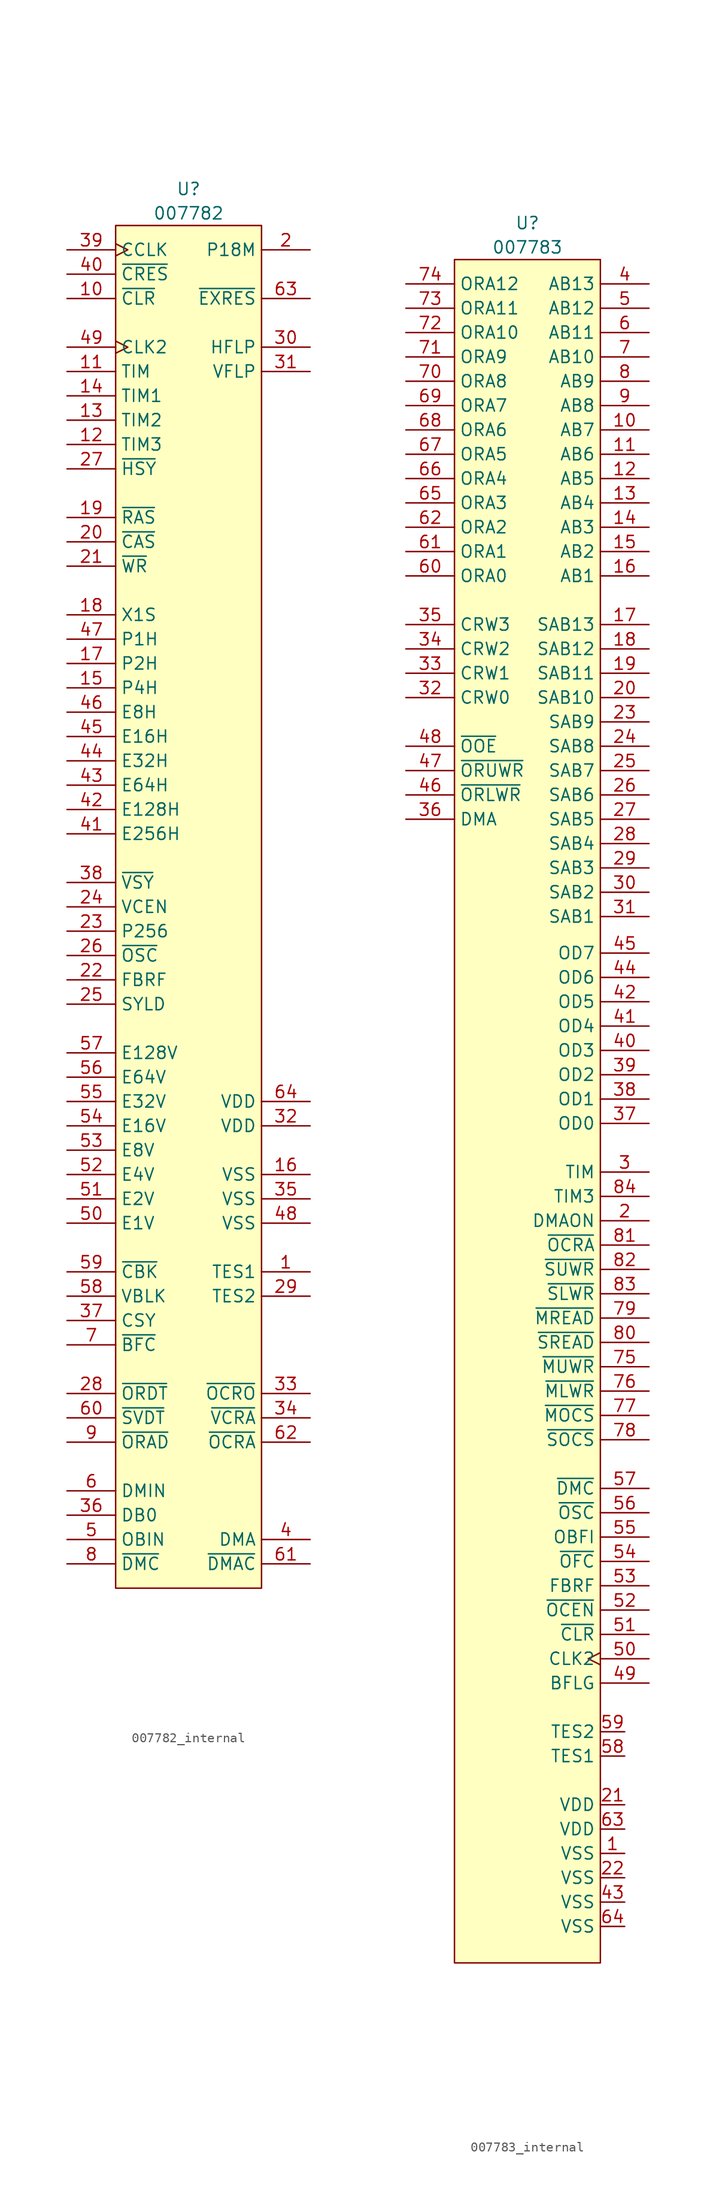
<source format=kicad_sym>
(kicad_symbol_lib
  (version 20231120)
  (generator "kicad_symbol_editor")
  (generator_version "8.0")
  (symbol "007782_internal"
    (property "Reference" "U"
      (at 0 74.93 0)
      (effects (font (size 1.27 1.27))))
    (property "Value" "007782"
      (at 0 72.39 0)
      (effects (font (size 1.27 1.27))))
    (symbol "007782_internal_0_1"
      (rectangle (start -7.62 71.12) (end 7.62 -71.12) (stroke (width 0) (type default)) (fill (type background))))
    (symbol "007782_internal_1_1"
      (pin output line (at 12.7 -38.1 180) (length 5.08) (name "TES1" (effects (font (size 1.27 1.27)))) (number "1" (effects (font (size 1.27 1.27)))))
      (pin input line (at -12.7 63.5 0) (length 5.08) (name "~{CLR}" (effects (font (size 1.27 1.27)))) (number "10" (effects (font (size 1.27 1.27)))))
      (pin input line (at -12.7 55.88 0) (length 5.08) (name "TIM" (effects (font (size 1.27 1.27)))) (number "11" (effects (font (size 1.27 1.27)))))
      (pin input line (at -12.7 48.26 0) (length 5.08) (name "TIM3" (effects (font (size 1.27 1.27)))) (number "12" (effects (font (size 1.27 1.27)))))
      (pin input line (at -12.7 50.8 0) (length 5.08) (name "TIM2" (effects (font (size 1.27 1.27)))) (number "13" (effects (font (size 1.27 1.27)))))
      (pin input line (at -12.7 53.34 0) (length 5.08) (name "TIM1" (effects (font (size 1.27 1.27)))) (number "14" (effects (font (size 1.27 1.27)))))
      (pin input line (at -12.7 22.86 0) (length 5.08) (name "P4H" (effects (font (size 1.27 1.27)))) (number "15" (effects (font (size 1.27 1.27)))))
      (pin power_out line (at 12.7 -27.94 180) (length 5.08) (name "VSS" (effects (font (size 1.27 1.27)))) (number "16" (effects (font (size 1.27 1.27)))))
      (pin input line (at -12.7 25.4 0) (length 5.08) (name "P2H" (effects (font (size 1.27 1.27)))) (number "17" (effects (font (size 1.27 1.27)))))
      (pin input line (at -12.7 30.48 0) (length 5.08) (name "X1S" (effects (font (size 1.27 1.27)))) (number "18" (effects (font (size 1.27 1.27)))))
      (pin input line (at -12.7 40.64 0) (length 5.08) (name "~{RAS}" (effects (font (size 1.27 1.27)))) (number "19" (effects (font (size 1.27 1.27)))))
      (pin output line (at 12.7 68.58 180) (length 5.08) (name "P18M" (effects (font (size 1.27 1.27)))) (number "2" (effects (font (size 1.27 1.27)))))
      (pin input line (at -12.7 38.1 0) (length 5.08) (name "~{CAS}" (effects (font (size 1.27 1.27)))) (number "20" (effects (font (size 1.27 1.27)))))
      (pin input line (at -12.7 35.56 0) (length 5.08) (name "~{WR}" (effects (font (size 1.27 1.27)))) (number "21" (effects (font (size 1.27 1.27)))))
      (pin input line (at -12.7 -7.62 0) (length 5.08) (name "FBRF" (effects (font (size 1.27 1.27)))) (number "22" (effects (font (size 1.27 1.27)))))
      (pin input line (at -12.7 -2.54 0) (length 5.08) (name "P256" (effects (font (size 1.27 1.27)))) (number "23" (effects (font (size 1.27 1.27)))))
      (pin input line (at -12.7 0 0) (length 5.08) (name "VCEN" (effects (font (size 1.27 1.27)))) (number "24" (effects (font (size 1.27 1.27)))))
      (pin input line (at -12.7 -10.16 0) (length 5.08) (name "SYLD" (effects (font (size 1.27 1.27)))) (number "25" (effects (font (size 1.27 1.27)))))
      (pin input line (at -12.7 -5.08 0) (length 5.08) (name "~{OSC}" (effects (font (size 1.27 1.27)))) (number "26" (effects (font (size 1.27 1.27)))))
      (pin input line (at -12.7 45.72 0) (length 5.08) (name "~{HSY}" (effects (font (size 1.27 1.27)))) (number "27" (effects (font (size 1.27 1.27)))))
      (pin input line (at -12.7 -50.8 0) (length 5.08) (name "~{ORDT}" (effects (font (size 1.27 1.27)))) (number "28" (effects (font (size 1.27 1.27)))))
      (pin output line (at 12.7 -40.64 180) (length 5.08) (name "TES2" (effects (font (size 1.27 1.27)))) (number "29" (effects (font (size 1.27 1.27)))))
      (pin output line (at 12.7 58.42 180) (length 5.08) (name "HFLP" (effects (font (size 1.27 1.27)))) (number "30" (effects (font (size 1.27 1.27)))))
      (pin output line (at 12.7 55.88 180) (length 5.08) (name "VFLP" (effects (font (size 1.27 1.27)))) (number "31" (effects (font (size 1.27 1.27)))))
      (pin power_out line (at 12.7 -22.86 180) (length 5.08) (name "VDD" (effects (font (size 1.27 1.27)))) (number "32" (effects (font (size 1.27 1.27)))))
      (pin output line (at 12.7 -50.8 180) (length 5.08) (name "~{OCRO}" (effects (font (size 1.27 1.27)))) (number "33" (effects (font (size 1.27 1.27)))))
      (pin output line (at 12.7 -53.34 180) (length 5.08) (name "~{VCRA}" (effects (font (size 1.27 1.27)))) (number "34" (effects (font (size 1.27 1.27)))))
      (pin power_out line (at 12.7 -30.48 180) (length 5.08) (name "VSS" (effects (font (size 1.27 1.27)))) (number "35" (effects (font (size 1.27 1.27)))))
      (pin input line (at -12.7 -63.5 0) (length 5.08) (name "DB0" (effects (font (size 1.27 1.27)))) (number "36" (effects (font (size 1.27 1.27)))))
      (pin input line (at -12.7 -43.18 0) (length 5.08) (name "CSY" (effects (font (size 1.27 1.27)))) (number "37" (effects (font (size 1.27 1.27)))))
      (pin input line (at -12.7 2.54 0) (length 5.08) (name "~{VSY}" (effects (font (size 1.27 1.27)))) (number "38" (effects (font (size 1.27 1.27)))))
      (pin input clock (at -12.7 68.58 0) (length 5.08) (name "CCLK" (effects (font (size 1.27 1.27)))) (number "39" (effects (font (size 1.27 1.27)))))
      (pin output line (at 12.7 -66.04 180) (length 5.08) (name "DMA" (effects (font (size 1.27 1.27)))) (number "4" (effects (font (size 1.27 1.27)))))
      (pin input line (at -12.7 66.04 0) (length 5.08) (name "~{CRES}" (effects (font (size 1.27 1.27)))) (number "40" (effects (font (size 1.27 1.27)))))
      (pin input line (at -12.7 7.62 0) (length 5.08) (name "E256H" (effects (font (size 1.27 1.27)))) (number "41" (effects (font (size 1.27 1.27)))))
      (pin input line (at -12.7 10.16 0) (length 5.08) (name "E128H" (effects (font (size 1.27 1.27)))) (number "42" (effects (font (size 1.27 1.27)))))
      (pin input line (at -12.7 12.7 0) (length 5.08) (name "E64H" (effects (font (size 1.27 1.27)))) (number "43" (effects (font (size 1.27 1.27)))))
      (pin input line (at -12.7 15.24 0) (length 5.08) (name "E32H" (effects (font (size 1.27 1.27)))) (number "44" (effects (font (size 1.27 1.27)))))
      (pin input line (at -12.7 17.78 0) (length 5.08) (name "E16H" (effects (font (size 1.27 1.27)))) (number "45" (effects (font (size 1.27 1.27)))))
      (pin input line (at -12.7 20.32 0) (length 5.08) (name "E8H" (effects (font (size 1.27 1.27)))) (number "46" (effects (font (size 1.27 1.27)))))
      (pin input line (at -12.7 27.94 0) (length 5.08) (name "P1H" (effects (font (size 1.27 1.27)))) (number "47" (effects (font (size 1.27 1.27)))))
      (pin power_out line (at 12.7 -33.02 180) (length 5.08) (name "VSS" (effects (font (size 1.27 1.27)))) (number "48" (effects (font (size 1.27 1.27)))))
      (pin input clock (at -12.7 58.42 0) (length 5.08) (name "CLK2" (effects (font (size 1.27 1.27)))) (number "49" (effects (font (size 1.27 1.27)))))
      (pin input line (at -12.7 -66.04 0) (length 5.08) (name "OBIN" (effects (font (size 1.27 1.27)))) (number "5" (effects (font (size 1.27 1.27)))))
      (pin input line (at -12.7 -33.02 0) (length 5.08) (name "E1V" (effects (font (size 1.27 1.27)))) (number "50" (effects (font (size 1.27 1.27)))))
      (pin input line (at -12.7 -30.48 0) (length 5.08) (name "E2V" (effects (font (size 1.27 1.27)))) (number "51" (effects (font (size 1.27 1.27)))))
      (pin input line (at -12.7 -27.94 0) (length 5.08) (name "E4V" (effects (font (size 1.27 1.27)))) (number "52" (effects (font (size 1.27 1.27)))))
      (pin input line (at -12.7 -25.4 0) (length 5.08) (name "E8V" (effects (font (size 1.27 1.27)))) (number "53" (effects (font (size 1.27 1.27)))))
      (pin input line (at -12.7 -22.86 0) (length 5.08) (name "E16V" (effects (font (size 1.27 1.27)))) (number "54" (effects (font (size 1.27 1.27)))))
      (pin input line (at -12.7 -20.32 0) (length 5.08) (name "E32V" (effects (font (size 1.27 1.27)))) (number "55" (effects (font (size 1.27 1.27)))))
      (pin input line (at -12.7 -17.78 0) (length 5.08) (name "E64V" (effects (font (size 1.27 1.27)))) (number "56" (effects (font (size 1.27 1.27)))))
      (pin input line (at -12.7 -15.24 0) (length 5.08) (name "E128V" (effects (font (size 1.27 1.27)))) (number "57" (effects (font (size 1.27 1.27)))))
      (pin input line (at -12.7 -40.64 0) (length 5.08) (name "VBLK" (effects (font (size 1.27 1.27)))) (number "58" (effects (font (size 1.27 1.27)))))
      (pin input line (at -12.7 -38.1 0) (length 5.08) (name "~{CBK}" (effects (font (size 1.27 1.27)))) (number "59" (effects (font (size 1.27 1.27)))))
      (pin input line (at -12.7 -60.96 0) (length 5.08) (name "DMIN" (effects (font (size 1.27 1.27)))) (number "6" (effects (font (size 1.27 1.27)))))
      (pin input line (at -12.7 -53.34 0) (length 5.08) (name "~{SVDT}" (effects (font (size 1.27 1.27)))) (number "60" (effects (font (size 1.27 1.27)))))
      (pin output line (at 12.7 -68.58 180) (length 5.08) (name "~{DMAC}" (effects (font (size 1.27 1.27)))) (number "61" (effects (font (size 1.27 1.27)))))
      (pin output line (at 12.7 -55.88 180) (length 5.08) (name "~{OCRA}" (effects (font (size 1.27 1.27)))) (number "62" (effects (font (size 1.27 1.27)))))
      (pin output line (at 12.7 63.5 180) (length 5.08) (name "~{EXRES}" (effects (font (size 1.27 1.27)))) (number "63" (effects (font (size 1.27 1.27)))))
      (pin power_out line (at 12.7 -20.32 180) (length 5.08) (name "VDD" (effects (font (size 1.27 1.27)))) (number "64" (effects (font (size 1.27 1.27)))))
      (pin input line (at -12.7 -45.72 0) (length 5.08) (name "~{BFC}" (effects (font (size 1.27 1.27)))) (number "7" (effects (font (size 1.27 1.27)))))
      (pin input line (at -12.7 -68.58 0) (length 5.08) (name "~{DMC}" (effects (font (size 1.27 1.27)))) (number "8" (effects (font (size 1.27 1.27)))))
      (pin input line (at -12.7 -55.88 0) (length 5.08) (name "~{ORAD}" (effects (font (size 1.27 1.27)))) (number "9" (effects (font (size 1.27 1.27)))))))
  (symbol "007783_internal"
    (property "Reference" "U"
      (at 0 92.71 0)
      (effects (font (size 1.27 1.27))))
    (property "Value" "007783"
      (at 0 90.17 0)
      (effects (font (size 1.27 1.27))))
    (symbol "007783_internal_0_1"
      (rectangle (start -7.62 88.9) (end 7.62 -88.9) (stroke (width 0) (type default)) (fill (type background))))
    (symbol "007783_internal_1_1"
      (pin power_out line (at 10.16 -77.47 180) (length 2.54) (name "VSS" (effects (font (size 1.27 1.27)))) (number "1" (effects (font (size 1.27 1.27)))))
      (pin output line (at 12.7 71.12 180) (length 5.08) (name "AB7" (effects (font (size 1.27 1.27)))) (number "10" (effects (font (size 1.27 1.27)))))
      (pin output line (at 12.7 68.58 180) (length 5.08) (name "AB6" (effects (font (size 1.27 1.27)))) (number "11" (effects (font (size 1.27 1.27)))))
      (pin output line (at 12.7 66.04 180) (length 5.08) (name "AB5" (effects (font (size 1.27 1.27)))) (number "12" (effects (font (size 1.27 1.27)))))
      (pin output line (at 12.7 63.5 180) (length 5.08) (name "AB4" (effects (font (size 1.27 1.27)))) (number "13" (effects (font (size 1.27 1.27)))))
      (pin output line (at 12.7 60.96 180) (length 5.08) (name "AB3" (effects (font (size 1.27 1.27)))) (number "14" (effects (font (size 1.27 1.27)))))
      (pin output line (at 12.7 58.42 180) (length 5.08) (name "AB2" (effects (font (size 1.27 1.27)))) (number "15" (effects (font (size 1.27 1.27)))))
      (pin output line (at 12.7 55.88 180) (length 5.08) (name "AB1" (effects (font (size 1.27 1.27)))) (number "16" (effects (font (size 1.27 1.27)))))
      (pin output line (at 12.7 50.8 180) (length 5.08) (name "SAB13" (effects (font (size 1.27 1.27)))) (number "17" (effects (font (size 1.27 1.27)))))
      (pin output line (at 12.7 48.26 180) (length 5.08) (name "SAB12" (effects (font (size 1.27 1.27)))) (number "18" (effects (font (size 1.27 1.27)))))
      (pin output line (at 12.7 45.72 180) (length 5.08) (name "SAB11" (effects (font (size 1.27 1.27)))) (number "19" (effects (font (size 1.27 1.27)))))
      (pin output line (at 12.7 -11.43 180) (length 5.08) (name "DMAON" (effects (font (size 1.27 1.27)))) (number "2" (effects (font (size 1.27 1.27)))))
      (pin output line (at 12.7 43.18 180) (length 5.08) (name "SAB10" (effects (font (size 1.27 1.27)))) (number "20" (effects (font (size 1.27 1.27)))))
      (pin power_out line (at 10.16 -72.39 180) (length 2.54) (name "VDD" (effects (font (size 1.27 1.27)))) (number "21" (effects (font (size 1.27 1.27)))))
      (pin power_out line (at 10.16 -80.01 180) (length 2.54) (name "VSS" (effects (font (size 1.27 1.27)))) (number "22" (effects (font (size 1.27 1.27)))))
      (pin output line (at 12.7 40.64 180) (length 5.08) (name "SAB9" (effects (font (size 1.27 1.27)))) (number "23" (effects (font (size 1.27 1.27)))))
      (pin output line (at 12.7 38.1 180) (length 5.08) (name "SAB8" (effects (font (size 1.27 1.27)))) (number "24" (effects (font (size 1.27 1.27)))))
      (pin output line (at 12.7 35.56 180) (length 5.08) (name "SAB7" (effects (font (size 1.27 1.27)))) (number "25" (effects (font (size 1.27 1.27)))))
      (pin output line (at 12.7 33.02 180) (length 5.08) (name "SAB6" (effects (font (size 1.27 1.27)))) (number "26" (effects (font (size 1.27 1.27)))))
      (pin output line (at 12.7 30.48 180) (length 5.08) (name "SAB5" (effects (font (size 1.27 1.27)))) (number "27" (effects (font (size 1.27 1.27)))))
      (pin output line (at 12.7 27.94 180) (length 5.08) (name "SAB4" (effects (font (size 1.27 1.27)))) (number "28" (effects (font (size 1.27 1.27)))))
      (pin output line (at 12.7 25.4 180) (length 5.08) (name "SAB3" (effects (font (size 1.27 1.27)))) (number "29" (effects (font (size 1.27 1.27)))))
      (pin output line (at 12.7 -6.35 180) (length 5.08) (name "TIM" (effects (font (size 1.27 1.27)))) (number "3" (effects (font (size 1.27 1.27)))))
      (pin output line (at 12.7 22.86 180) (length 5.08) (name "SAB2" (effects (font (size 1.27 1.27)))) (number "30" (effects (font (size 1.27 1.27)))))
      (pin output line (at 12.7 20.32 180) (length 5.08) (name "SAB1" (effects (font (size 1.27 1.27)))) (number "31" (effects (font (size 1.27 1.27)))))
      (pin input line (at -12.7 43.18 0) (length 5.08) (name "CRW0" (effects (font (size 1.27 1.27)))) (number "32" (effects (font (size 1.27 1.27)))))
      (pin input line (at -12.7 45.72 0) (length 5.08) (name "CRW1" (effects (font (size 1.27 1.27)))) (number "33" (effects (font (size 1.27 1.27)))))
      (pin input line (at -12.7 48.26 0) (length 5.08) (name "CRW2" (effects (font (size 1.27 1.27)))) (number "34" (effects (font (size 1.27 1.27)))))
      (pin input line (at -12.7 50.8 0) (length 5.08) (name "CRW3" (effects (font (size 1.27 1.27)))) (number "35" (effects (font (size 1.27 1.27)))))
      (pin input line (at -12.7 30.48 0) (length 5.08) (name "DMA" (effects (font (size 1.27 1.27)))) (number "36" (effects (font (size 1.27 1.27)))))
      (pin output line (at 12.7 -1.27 180) (length 5.08) (name "OD0" (effects (font (size 1.27 1.27)))) (number "37" (effects (font (size 1.27 1.27)))))
      (pin output line (at 12.7 1.27 180) (length 5.08) (name "OD1" (effects (font (size 1.27 1.27)))) (number "38" (effects (font (size 1.27 1.27)))))
      (pin output line (at 12.7 3.81 180) (length 5.08) (name "OD2" (effects (font (size 1.27 1.27)))) (number "39" (effects (font (size 1.27 1.27)))))
      (pin output line (at 12.7 86.36 180) (length 5.08) (name "AB13" (effects (font (size 1.27 1.27)))) (number "4" (effects (font (size 1.27 1.27)))))
      (pin output line (at 12.7 6.35 180) (length 5.08) (name "OD3" (effects (font (size 1.27 1.27)))) (number "40" (effects (font (size 1.27 1.27)))))
      (pin output line (at 12.7 8.89 180) (length 5.08) (name "OD4" (effects (font (size 1.27 1.27)))) (number "41" (effects (font (size 1.27 1.27)))))
      (pin output line (at 12.7 11.43 180) (length 5.08) (name "OD5" (effects (font (size 1.27 1.27)))) (number "42" (effects (font (size 1.27 1.27)))))
      (pin power_out line (at 10.16 -82.55 180) (length 2.54) (name "VSS" (effects (font (size 1.27 1.27)))) (number "43" (effects (font (size 1.27 1.27)))))
      (pin output line (at 12.7 13.97 180) (length 5.08) (name "OD6" (effects (font (size 1.27 1.27)))) (number "44" (effects (font (size 1.27 1.27)))))
      (pin output line (at 12.7 16.51 180) (length 5.08) (name "OD7" (effects (font (size 1.27 1.27)))) (number "45" (effects (font (size 1.27 1.27)))))
      (pin input line (at -12.7 33.02 0) (length 5.08) (name "~{ORLWR}" (effects (font (size 1.27 1.27)))) (number "46" (effects (font (size 1.27 1.27)))))
      (pin input line (at -12.7 35.56 0) (length 5.08) (name "~{ORUWR}" (effects (font (size 1.27 1.27)))) (number "47" (effects (font (size 1.27 1.27)))))
      (pin input line (at -12.7 38.1 0) (length 5.08) (name "~{OOE}" (effects (font (size 1.27 1.27)))) (number "48" (effects (font (size 1.27 1.27)))))
      (pin output line (at 12.7 -59.69 180) (length 5.08) (name "BFLG" (effects (font (size 1.27 1.27)))) (number "49" (effects (font (size 1.27 1.27)))))
      (pin output line (at 12.7 83.82 180) (length 5.08) (name "AB12" (effects (font (size 1.27 1.27)))) (number "5" (effects (font (size 1.27 1.27)))))
      (pin output clock (at 12.7 -57.15 180) (length 5.08) (name "CLK2" (effects (font (size 1.27 1.27)))) (number "50" (effects (font (size 1.27 1.27)))))
      (pin output line (at 12.7 -54.61 180) (length 5.08) (name "~{CLR}" (effects (font (size 1.27 1.27)))) (number "51" (effects (font (size 1.27 1.27)))))
      (pin output line (at 12.7 -52.07 180) (length 5.08) (name "~{OCEN}" (effects (font (size 1.27 1.27)))) (number "52" (effects (font (size 1.27 1.27)))))
      (pin output line (at 12.7 -49.53 180) (length 5.08) (name "FBRF" (effects (font (size 1.27 1.27)))) (number "53" (effects (font (size 1.27 1.27)))))
      (pin output line (at 12.7 -46.99 180) (length 5.08) (name "~{OFC}" (effects (font (size 1.27 1.27)))) (number "54" (effects (font (size 1.27 1.27)))))
      (pin output line (at 12.7 -44.45 180) (length 5.08) (name "OBFI" (effects (font (size 1.27 1.27)))) (number "55" (effects (font (size 1.27 1.27)))))
      (pin output line (at 12.7 -41.91 180) (length 5.08) (name "~{OSC}" (effects (font (size 1.27 1.27)))) (number "56" (effects (font (size 1.27 1.27)))))
      (pin output line (at 12.7 -39.37 180) (length 5.08) (name "~{DMC}" (effects (font (size 1.27 1.27)))) (number "57" (effects (font (size 1.27 1.27)))))
      (pin output line (at 10.16 -67.31 180) (length 2.54) (name "TES1" (effects (font (size 1.27 1.27)))) (number "58" (effects (font (size 1.27 1.27)))))
      (pin output line (at 10.16 -64.77 180) (length 2.54) (name "TES2" (effects (font (size 1.27 1.27)))) (number "59" (effects (font (size 1.27 1.27)))))
      (pin output line (at 12.7 81.28 180) (length 5.08) (name "AB11" (effects (font (size 1.27 1.27)))) (number "6" (effects (font (size 1.27 1.27)))))
      (pin input line (at -12.7 55.88 0) (length 5.08) (name "ORA0" (effects (font (size 1.27 1.27)))) (number "60" (effects (font (size 1.27 1.27)))))
      (pin input line (at -12.7 58.42 0) (length 5.08) (name "ORA1" (effects (font (size 1.27 1.27)))) (number "61" (effects (font (size 1.27 1.27)))))
      (pin input line (at -12.7 60.96 0) (length 5.08) (name "ORA2" (effects (font (size 1.27 1.27)))) (number "62" (effects (font (size 1.27 1.27)))))
      (pin power_out line (at 10.16 -74.93 180) (length 2.54) (name "VDD" (effects (font (size 1.27 1.27)))) (number "63" (effects (font (size 1.27 1.27)))))
      (pin power_out line (at 10.16 -85.09 180) (length 2.54) (name "VSS" (effects (font (size 1.27 1.27)))) (number "64" (effects (font (size 1.27 1.27)))))
      (pin input line (at -12.7 63.5 0) (length 5.08) (name "ORA3" (effects (font (size 1.27 1.27)))) (number "65" (effects (font (size 1.27 1.27)))))
      (pin input line (at -12.7 66.04 0) (length 5.08) (name "ORA4" (effects (font (size 1.27 1.27)))) (number "66" (effects (font (size 1.27 1.27)))))
      (pin input line (at -12.7 68.58 0) (length 5.08) (name "ORA5" (effects (font (size 1.27 1.27)))) (number "67" (effects (font (size 1.27 1.27)))))
      (pin input line (at -12.7 71.12 0) (length 5.08) (name "ORA6" (effects (font (size 1.27 1.27)))) (number "68" (effects (font (size 1.27 1.27)))))
      (pin input line (at -12.7 73.66 0) (length 5.08) (name "ORA7" (effects (font (size 1.27 1.27)))) (number "69" (effects (font (size 1.27 1.27)))))
      (pin output line (at 12.7 78.74 180) (length 5.08) (name "AB10" (effects (font (size 1.27 1.27)))) (number "7" (effects (font (size 1.27 1.27)))))
      (pin input line (at -12.7 76.2 0) (length 5.08) (name "ORA8" (effects (font (size 1.27 1.27)))) (number "70" (effects (font (size 1.27 1.27)))))
      (pin input line (at -12.7 78.74 0) (length 5.08) (name "ORA9" (effects (font (size 1.27 1.27)))) (number "71" (effects (font (size 1.27 1.27)))))
      (pin input line (at -12.7 81.28 0) (length 5.08) (name "ORA10" (effects (font (size 1.27 1.27)))) (number "72" (effects (font (size 1.27 1.27)))))
      (pin input line (at -12.7 83.82 0) (length 5.08) (name "ORA11" (effects (font (size 1.27 1.27)))) (number "73" (effects (font (size 1.27 1.27)))))
      (pin input line (at -12.7 86.36 0) (length 5.08) (name "ORA12" (effects (font (size 1.27 1.27)))) (number "74" (effects (font (size 1.27 1.27)))))
      (pin output line (at 12.7 -26.67 180) (length 5.08) (name "~{MUWR}" (effects (font (size 1.27 1.27)))) (number "75" (effects (font (size 1.27 1.27)))))
      (pin output line (at 12.7 -29.21 180) (length 5.08) (name "~{MLWR}" (effects (font (size 1.27 1.27)))) (number "76" (effects (font (size 1.27 1.27)))))
      (pin output line (at 12.7 -31.75 180) (length 5.08) (name "~{MOCS}" (effects (font (size 1.27 1.27)))) (number "77" (effects (font (size 1.27 1.27)))))
      (pin output line (at 12.7 -34.29 180) (length 5.08) (name "~{SOCS}" (effects (font (size 1.27 1.27)))) (number "78" (effects (font (size 1.27 1.27)))))
      (pin output line (at 12.7 -21.59 180) (length 5.08) (name "~{MREAD}" (effects (font (size 1.27 1.27)))) (number "79" (effects (font (size 1.27 1.27)))))
      (pin output line (at 12.7 76.2 180) (length 5.08) (name "AB9" (effects (font (size 1.27 1.27)))) (number "8" (effects (font (size 1.27 1.27)))))
      (pin output line (at 12.7 -24.13 180) (length 5.08) (name "~{SREAD}" (effects (font (size 1.27 1.27)))) (number "80" (effects (font (size 1.27 1.27)))))
      (pin output line (at 12.7 -13.97 180) (length 5.08) (name "~{OCRA}" (effects (font (size 1.27 1.27)))) (number "81" (effects (font (size 1.27 1.27)))))
      (pin output line (at 12.7 -16.51 180) (length 5.08) (name "~{SUWR}" (effects (font (size 1.27 1.27)))) (number "82" (effects (font (size 1.27 1.27)))))
      (pin output line (at 12.7 -19.05 180) (length 5.08) (name "~{SLWR}" (effects (font (size 1.27 1.27)))) (number "83" (effects (font (size 1.27 1.27)))))
      (pin output line (at 12.7 -8.89 180) (length 5.08) (name "TIM3" (effects (font (size 1.27 1.27)))) (number "84" (effects (font (size 1.27 1.27)))))
      (pin output line (at 12.7 73.66 180) (length 5.08) (name "AB8" (effects (font (size 1.27 1.27)))) (number "9" (effects (font (size 1.27 1.27))))))))
</source>
